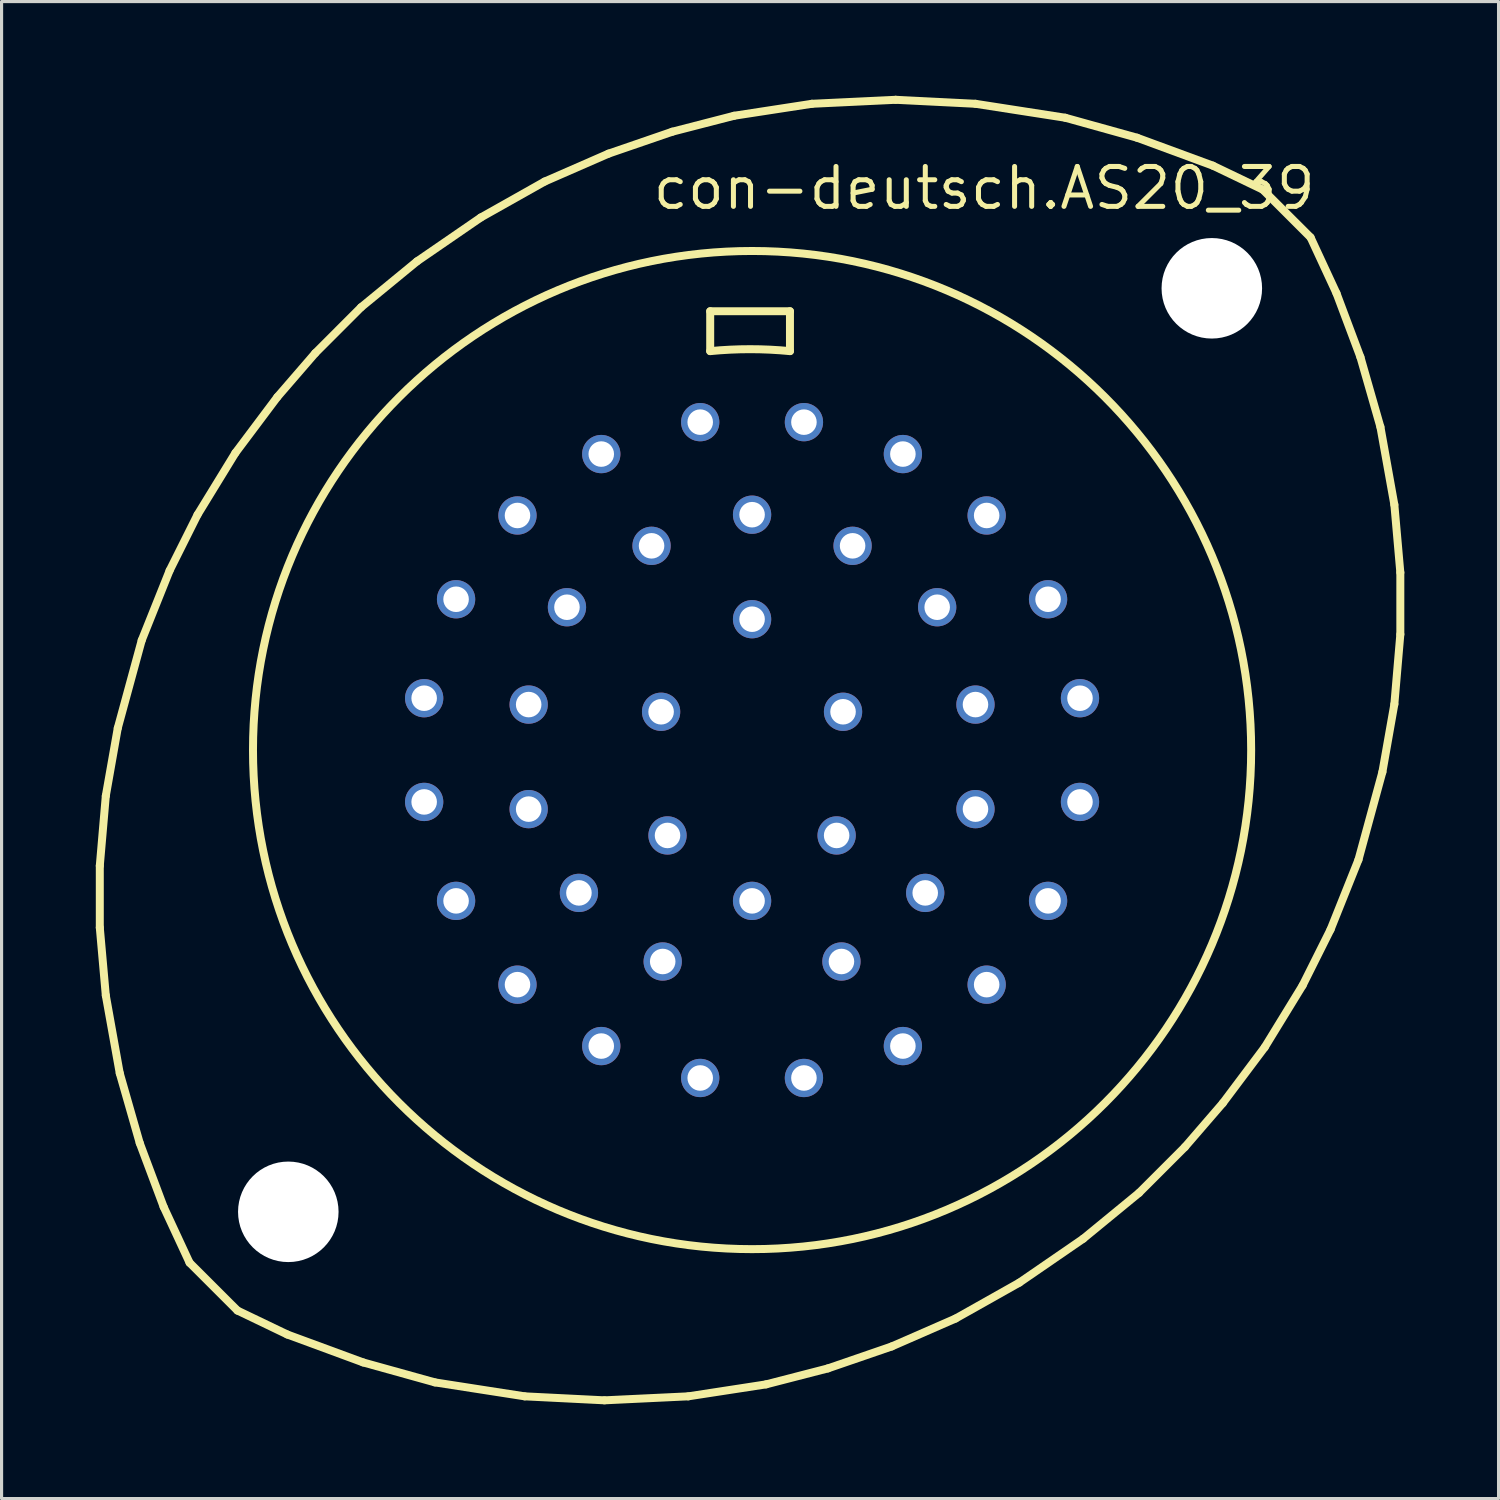
<source format=kicad_pcb>
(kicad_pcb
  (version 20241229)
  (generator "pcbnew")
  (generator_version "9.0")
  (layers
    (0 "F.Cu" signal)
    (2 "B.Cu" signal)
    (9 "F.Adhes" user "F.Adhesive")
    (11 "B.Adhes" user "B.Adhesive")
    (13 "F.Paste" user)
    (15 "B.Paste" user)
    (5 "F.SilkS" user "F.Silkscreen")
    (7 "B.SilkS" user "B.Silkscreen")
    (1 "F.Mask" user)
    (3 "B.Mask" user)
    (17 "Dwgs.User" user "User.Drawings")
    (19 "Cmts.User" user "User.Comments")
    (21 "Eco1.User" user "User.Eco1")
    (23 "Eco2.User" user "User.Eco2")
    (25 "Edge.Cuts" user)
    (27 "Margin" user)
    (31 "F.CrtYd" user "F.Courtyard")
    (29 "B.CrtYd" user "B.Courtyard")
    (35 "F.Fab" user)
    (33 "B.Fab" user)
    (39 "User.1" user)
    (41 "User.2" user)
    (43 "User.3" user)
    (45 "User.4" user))
  (footprint "con-deutsch.AS20_39"
    (layer "F.Cu")
    (at 20.892 20.828)
    (property "Reference" "con-deutsch.AS20_39" (at -3.239 -17.145 0) (layer "F.SilkS") (effects (font (size 1.27 1.27) (thickness 0.16)) (justify left bottom)))
    (attr through_hole)
    (fp_line (start -20.765 3.683) (end -20.574 1.46) (stroke (width 0.254) (type default)) (layer "F.SilkS"))
    (fp_line (start -20.765 5.652) (end -20.765 3.683) (stroke (width 0.254) (type default)) (layer "F.SilkS"))
    (fp_line (start -20.574 1.46) (end -20.193 -0.699) (stroke (width 0.254) (type default)) (layer "F.SilkS"))
    (fp_line (start -20.574 7.811) (end -20.765 5.652) (stroke (width 0.254) (type default)) (layer "F.SilkS"))
    (fp_line (start -20.193 -0.699) (end -19.431 -3.493) (stroke (width 0.254) (type default)) (layer "F.SilkS"))
    (fp_line (start -20.13 10.287) (end -20.574 7.811) (stroke (width 0.254) (type default)) (layer "F.SilkS"))
    (fp_line (start -19.494 12.509) (end -20.13 10.287) (stroke (width 0.254) (type default)) (layer "F.SilkS"))
    (fp_line (start -19.431 -3.493) (end -18.542 -5.715) (stroke (width 0.254) (type default)) (layer "F.SilkS"))
    (fp_line (start -18.733 14.541) (end -19.494 12.509) (stroke (width 0.254) (type default)) (layer "F.SilkS"))
    (fp_line (start -18.542 -5.715) (end -17.653 -7.493) (stroke (width 0.254) (type default)) (layer "F.SilkS"))
    (fp_line (start -17.907 16.32) (end -18.733 14.541) (stroke (width 0.254) (type default)) (layer "F.SilkS"))
    (fp_line (start -17.907 16.32) (end -16.383 17.843) (stroke (width 0.254) (type default)) (layer "F.SilkS"))
    (fp_line (start -17.653 -7.493) (end -16.447 -9.461) (stroke (width 0.254) (type default)) (layer "F.SilkS"))
    (fp_line (start -16.447 -9.461) (end -15.113 -11.239) (stroke (width 0.254) (type default)) (layer "F.SilkS"))
    (fp_line (start -15.113 -11.239) (end -13.906 -12.636) (stroke (width 0.254) (type default)) (layer "F.SilkS"))
    (fp_line (start -14.796 18.605) (end -16.383 17.843) (stroke (width 0.254) (type default)) (layer "F.SilkS"))
    (fp_line (start -13.906 -12.636) (end -12.446 -14.097) (stroke (width 0.254) (type default)) (layer "F.SilkS"))
    (fp_line (start -12.446 -14.097) (end -10.668 -15.557) (stroke (width 0.254) (type default)) (layer "F.SilkS"))
    (fp_line (start -12.383 19.494) (end -14.796 18.605) (stroke (width 0.254) (type default)) (layer "F.SilkS"))
    (fp_line (start -10.668 -15.557) (end -8.636 -16.954) (stroke (width 0.254) (type default)) (layer "F.SilkS"))
    (fp_line (start -10.097 20.13) (end -12.383 19.494) (stroke (width 0.254) (type default)) (layer "F.SilkS"))
    (fp_line (start -8.636 -16.954) (end -6.604 -18.098) (stroke (width 0.254) (type default)) (layer "F.SilkS"))
    (fp_line (start -7.239 20.574) (end -10.097 20.13) (stroke (width 0.254) (type default)) (layer "F.SilkS"))
    (fp_line (start -6.604 -18.098) (end -4.572 -18.986) (stroke (width 0.254) (type default)) (layer "F.SilkS"))
    (fp_line (start -4.699 20.701) (end -7.239 20.574) (stroke (width 0.254) (type default)) (layer "F.SilkS"))
    (fp_line (start -4.572 -18.986) (end -2.54 -19.685) (stroke (width 0.254) (type default)) (layer "F.SilkS"))
    (fp_line (start -2.54 -19.685) (end -0.572 -20.193) (stroke (width 0.254) (type default)) (layer "F.SilkS"))
    (fp_line (start -2.032 20.574) (end -4.699 20.701) (stroke (width 0.254) (type default)) (layer "F.SilkS"))
    (fp_line (start -1.333 -13.97) (end 1.206 -13.97) (stroke (width 0.254) (type default)) (layer "F.SilkS"))
    (fp_line (start -1.333 -12.7) (end -1.333 -13.97) (stroke (width 0.254) (type default)) (layer "F.SilkS"))
    (fp_line (start -0.572 -20.193) (end 1.905 -20.574) (stroke (width 0.254) (type default)) (layer "F.SilkS"))
    (fp_line (start 0.445 20.193) (end -2.032 20.574) (stroke (width 0.254) (type default)) (layer "F.SilkS"))
    (fp_line (start 1.206 -13.97) (end 1.206 -12.7) (stroke (width 0.254) (type default)) (layer "F.SilkS"))
    (fp_line (start 1.905 -20.574) (end 4.572 -20.701) (stroke (width 0.254) (type default)) (layer "F.SilkS"))
    (fp_line (start 2.413 19.685) (end 0.445 20.193) (stroke (width 0.254) (type default)) (layer "F.SilkS"))
    (fp_line (start 4.445 18.986) (end 2.413 19.685) (stroke (width 0.254) (type default)) (layer "F.SilkS"))
    (fp_line (start 4.572 -20.701) (end 7.112 -20.574) (stroke (width 0.254) (type default)) (layer "F.SilkS"))
    (fp_line (start 6.477 18.098) (end 4.445 18.986) (stroke (width 0.254) (type default)) (layer "F.SilkS"))
    (fp_line (start 7.112 -20.574) (end 9.97 -20.13) (stroke (width 0.254) (type default)) (layer "F.SilkS"))
    (fp_line (start 8.509 16.954) (end 6.477 18.098) (stroke (width 0.254) (type default)) (layer "F.SilkS"))
    (fp_line (start 9.97 -20.13) (end 12.255 -19.494) (stroke (width 0.254) (type default)) (layer "F.SilkS"))
    (fp_line (start 10.541 15.557) (end 8.509 16.954) (stroke (width 0.254) (type default)) (layer "F.SilkS"))
    (fp_line (start 12.255 -19.494) (end 14.668 -18.605) (stroke (width 0.254) (type default)) (layer "F.SilkS"))
    (fp_line (start 12.319 14.097) (end 10.541 15.557) (stroke (width 0.254) (type default)) (layer "F.SilkS"))
    (fp_line (start 13.78 12.636) (end 12.319 14.097) (stroke (width 0.254) (type default)) (layer "F.SilkS"))
    (fp_line (start 14.668 -18.605) (end 16.256 -17.843) (stroke (width 0.254) (type default)) (layer "F.SilkS"))
    (fp_line (start 14.986 11.239) (end 13.78 12.636) (stroke (width 0.254) (type default)) (layer "F.SilkS"))
    (fp_line (start 16.256 -17.843) (end 17.78 -16.32) (stroke (width 0.254) (type default)) (layer "F.SilkS"))
    (fp_line (start 16.32 9.461) (end 14.986 11.239) (stroke (width 0.254) (type default)) (layer "F.SilkS"))
    (fp_line (start 17.526 7.493) (end 16.32 9.461) (stroke (width 0.254) (type default)) (layer "F.SilkS"))
    (fp_line (start 17.78 -16.32) (end 18.605 -14.541) (stroke (width 0.254) (type default)) (layer "F.SilkS"))
    (fp_line (start 18.415 5.715) (end 17.526 7.493) (stroke (width 0.254) (type default)) (layer "F.SilkS"))
    (fp_line (start 18.605 -14.541) (end 19.367 -12.509) (stroke (width 0.254) (type default)) (layer "F.SilkS"))
    (fp_line (start 19.304 3.493) (end 18.415 5.715) (stroke (width 0.254) (type default)) (layer "F.SilkS"))
    (fp_line (start 19.367 -12.509) (end 20.003 -10.287) (stroke (width 0.254) (type default)) (layer "F.SilkS"))
    (fp_line (start 20.003 -10.287) (end 20.447 -7.811) (stroke (width 0.254) (type default)) (layer "F.SilkS"))
    (fp_line (start 20.066 0.699) (end 19.304 3.493) (stroke (width 0.254) (type default)) (layer "F.SilkS"))
    (fp_line (start 20.447 -7.811) (end 20.637 -5.652) (stroke (width 0.254) (type default)) (layer "F.SilkS"))
    (fp_line (start 20.447 -1.46) (end 20.066 0.699) (stroke (width 0.254) (type default)) (layer "F.SilkS"))
    (fp_line (start 20.637 -5.652) (end 20.637 -3.683) (stroke (width 0.254) (type default)) (layer "F.SilkS"))
    (fp_line (start 20.637 -3.683) (end 20.447 -1.46) (stroke (width 0.254) (type default)) (layer "F.SilkS"))
    (fp_arc (start -1.3335 -12.7) (mid -0.0635 -12.761805) (end 1.2065 -12.7) (stroke (width 0.254) (type default)) (layer "F.SilkS"))
    (fp_circle (center 0 0) (end 15.888 0) (stroke (width 0.254) (type default)) (fill no) (layer "F.SilkS"))
    (pad "" np_thru_hole circle (at -14.764 14.7) (size 3.2 3.2) (drill 3.2) (layers "*.Cu" "*.Mask"))
    (pad "" np_thru_hole circle (at 14.636 -14.7) (size 3.2 3.2) (drill 3.2) (layers "*.Cu" "*.Mask"))
    (pad "A" thru_hole circle (at 1.651 -10.439) (size 1.219 1.219) (drill 0.813) (layers "*.Cu" "*.Mask"))
    (pad "A'" thru_hole circle (at 7.112 -1.448) (size 1.219 1.219) (drill 0.813) (layers "*.Cu" "*.Mask"))
    (pad "B" thru_hole circle (at 4.801 -9.423) (size 1.219 1.219) (drill 0.813) (layers "*.Cu" "*.Mask"))
    (pad "B'" thru_hole circle (at 7.112 1.88) (size 1.219 1.219) (drill 0.813) (layers "*.Cu" "*.Mask"))
    (pad "C" thru_hole circle (at 7.468 -7.468) (size 1.219 1.219) (drill 0.813) (layers "*.Cu" "*.Mask"))
    (pad "C'" thru_hole circle (at 5.512 4.547) (size 1.219 1.219) (drill 0.813) (layers "*.Cu" "*.Mask"))
    (pad "D" thru_hole circle (at 9.423 -4.801) (size 1.219 1.219) (drill 0.813) (layers "*.Cu" "*.Mask"))
    (pad "D'" thru_hole circle (at 2.845 6.731) (size 1.219 1.219) (drill 0.813) (layers "*.Cu" "*.Mask"))
    (pad "E" thru_hole circle (at 10.439 -1.651) (size 1.219 1.219) (drill 0.813) (layers "*.Cu" "*.Mask"))
    (pad "E'" thru_hole circle (at -2.845 6.731) (size 1.219 1.219) (drill 0.813) (layers "*.Cu" "*.Mask"))
    (pad "F" thru_hole circle (at 10.439 1.651) (size 1.219 1.219) (drill 0.813) (layers "*.Cu" "*.Mask"))
    (pad "F'" thru_hole circle (at -5.512 4.547) (size 1.219 1.219) (drill 0.813) (layers "*.Cu" "*.Mask"))
    (pad "G" thru_hole circle (at 9.423 4.801) (size 1.219 1.219) (drill 0.813) (layers "*.Cu" "*.Mask"))
    (pad "G'" thru_hole circle (at -7.112 1.88) (size 1.219 1.219) (drill 0.813) (layers "*.Cu" "*.Mask"))
    (pad "H" thru_hole circle (at 7.468 7.468) (size 1.219 1.219) (drill 0.813) (layers "*.Cu" "*.Mask"))
    (pad "H'" thru_hole circle (at -7.112 -1.448) (size 1.219 1.219) (drill 0.813) (layers "*.Cu" "*.Mask"))
    (pad "I'" thru_hole circle (at -5.893 -4.547) (size 1.219 1.219) (drill 0.813) (layers "*.Cu" "*.Mask"))
    (pad "J" thru_hole circle (at 4.801 9.423) (size 1.219 1.219) (drill 0.813) (layers "*.Cu" "*.Mask"))
    (pad "J'" thru_hole circle (at -3.2 -6.502) (size 1.219 1.219) (drill 0.813) (layers "*.Cu" "*.Mask"))
    (pad "K" thru_hole circle (at 1.651 10.439) (size 1.219 1.219) (drill 0.813) (layers "*.Cu" "*.Mask"))
    (pad "K'" thru_hole circle (at 0 -4.166) (size 1.219 1.219) (drill 0.813) (layers "*.Cu" "*.Mask"))
    (pad "L" thru_hole circle (at -1.651 10.439) (size 1.219 1.219) (drill 0.813) (layers "*.Cu" "*.Mask"))
    (pad "M" thru_hole circle (at -4.801 9.423) (size 1.219 1.219) (drill 0.813) (layers "*.Cu" "*.Mask"))
    (pad "M'" thru_hole circle (at 2.896 -1.219) (size 1.219 1.219) (drill 0.813) (layers "*.Cu" "*.Mask"))
    (pad "N" thru_hole circle (at -7.468 7.468) (size 1.219 1.219) (drill 0.813) (layers "*.Cu" "*.Mask"))
    (pad "N'" thru_hole circle (at 2.692 2.718) (size 1.219 1.219) (drill 0.813) (layers "*.Cu" "*.Mask"))
    (pad "P" thru_hole circle (at -9.423 4.801) (size 1.219 1.219) (drill 0.813) (layers "*.Cu" "*.Mask"))
    (pad "P'" thru_hole circle (at 0 4.801) (size 1.219 1.219) (drill 0.813) (layers "*.Cu" "*.Mask"))
    (pad "Q'" thru_hole circle (at -2.692 2.718) (size 1.219 1.219) (drill 0.813) (layers "*.Cu" "*.Mask"))
    (pad "R" thru_hole circle (at -10.439 1.651) (size 1.219 1.219) (drill 0.813) (layers "*.Cu" "*.Mask"))
    (pad "R'" thru_hole circle (at -2.896 -1.219) (size 1.219 1.219) (drill 0.813) (layers "*.Cu" "*.Mask"))
    (pad "S" thru_hole circle (at -10.439 -1.651) (size 1.219 1.219) (drill 0.813) (layers "*.Cu" "*.Mask"))
    (pad "T" thru_hole circle (at -9.423 -4.801) (size 1.219 1.219) (drill 0.813) (layers "*.Cu" "*.Mask"))
    (pad "U" thru_hole circle (at -7.468 -7.468) (size 1.219 1.219) (drill 0.813) (layers "*.Cu" "*.Mask"))
    (pad "V" thru_hole circle (at -4.801 -9.423) (size 1.219 1.219) (drill 0.813) (layers "*.Cu" "*.Mask"))
    (pad "W" thru_hole circle (at -1.651 -10.439) (size 1.219 1.219) (drill 0.813) (layers "*.Cu" "*.Mask"))
    (pad "X" thru_hole circle (at 0 -7.493) (size 1.219 1.219) (drill 0.813) (layers "*.Cu" "*.Mask"))
    (pad "Y" thru_hole circle (at 3.2 -6.502) (size 1.219 1.219) (drill 0.813) (layers "*.Cu" "*.Mask"))
    (pad "Z" thru_hole circle (at 5.893 -4.547) (size 1.219 1.219) (drill 0.813) (layers "*.Cu" "*.Mask")))
  (gr_rect
    (start -3 -3)
    (end 44.656 44.656)
    (stroke (width 0.1) (type default))
    (fill no)
    (layer "Edge.Cuts")))
</source>
